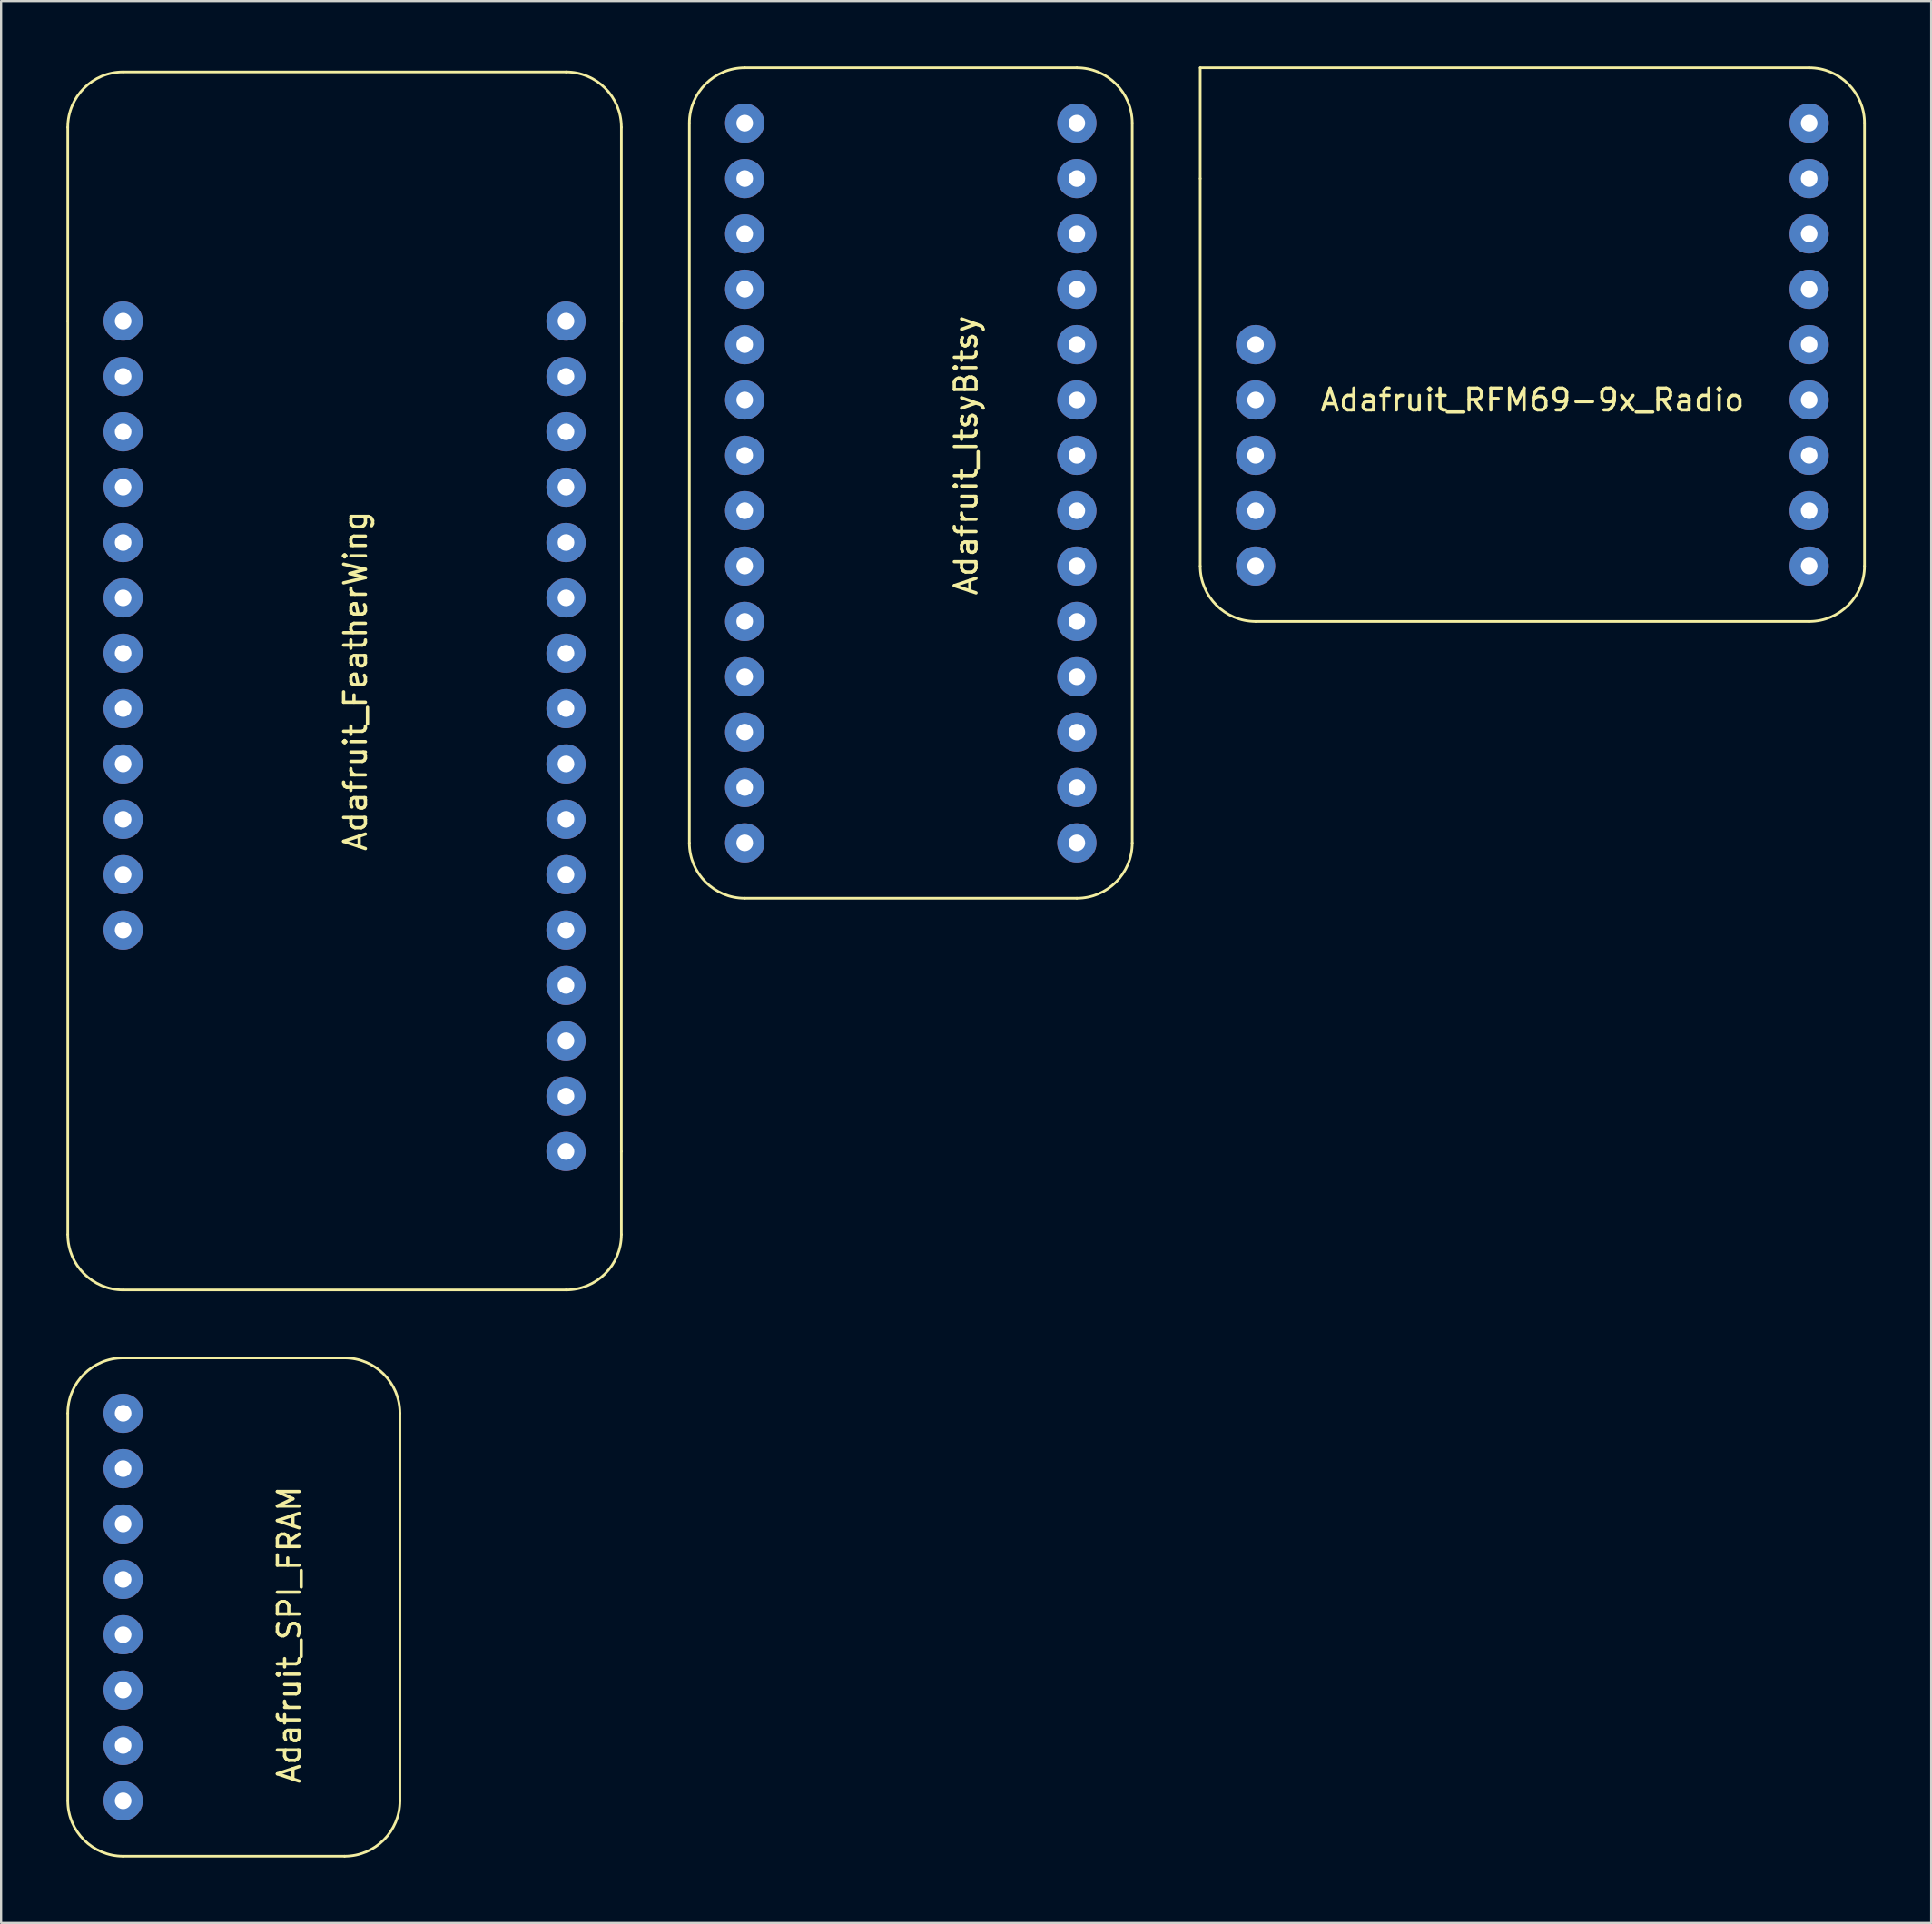
<source format=kicad_pcb>
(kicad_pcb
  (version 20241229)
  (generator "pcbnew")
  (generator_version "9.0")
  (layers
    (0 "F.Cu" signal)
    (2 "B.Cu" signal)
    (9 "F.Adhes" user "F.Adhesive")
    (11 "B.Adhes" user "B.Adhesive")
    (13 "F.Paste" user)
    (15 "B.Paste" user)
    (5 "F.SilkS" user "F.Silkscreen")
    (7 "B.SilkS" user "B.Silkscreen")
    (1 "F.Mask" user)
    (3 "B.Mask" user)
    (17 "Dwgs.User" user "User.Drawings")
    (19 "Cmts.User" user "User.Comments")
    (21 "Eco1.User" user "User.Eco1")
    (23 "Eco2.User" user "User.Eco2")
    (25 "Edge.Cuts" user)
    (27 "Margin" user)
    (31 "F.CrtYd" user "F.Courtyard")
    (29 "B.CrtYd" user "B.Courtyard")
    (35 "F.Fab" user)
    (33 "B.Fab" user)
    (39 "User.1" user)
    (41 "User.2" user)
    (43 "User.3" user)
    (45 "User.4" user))
  (footprint "Adafruit_RFM69-9x_Radio"
    (layer "F.Cu")
    (at 64.72 12.76)
    (property "Reference" "Adafruit_RFM69-9x_Radio" (at 2.54 2.54 0) (layer "F.SilkS") (effects (font (size 1 1) (thickness 0.15))))
    (attr through_hole)
    (fp_line (start -12.7 -12.7) (end 15.24 -12.7) (stroke (width 0.12) (type solid)) (layer "F.SilkS"))
    (fp_line (start -12.7 -7.62) (end -12.7 -12.7) (stroke (width 0.12) (type solid)) (layer "F.SilkS"))
    (fp_line (start -12.7 -7.62) (end -12.7 10.16) (stroke (width 0.12) (type solid)) (layer "F.SilkS"))
    (fp_line (start -10.16 12.7) (end 15.24 12.7) (stroke (width 0.12) (type solid)) (layer "F.SilkS"))
    (fp_line (start 17.78 10.16) (end 17.78 -10.16) (stroke (width 0.12) (type solid)) (layer "F.SilkS"))
    (fp_arc (start -10.16 12.7) (mid -11.956051 11.956051) (end -12.7 10.16) (stroke (width 0.12) (type solid)) (layer "F.SilkS"))
    (fp_arc (start 15.24 -12.7) (mid 17.036051 -11.956051) (end 17.78 -10.16) (stroke (width 0.12) (type solid)) (layer "F.SilkS"))
    (fp_arc (start 17.78 10.16) (mid 17.036051 11.956051) (end 15.24 12.7) (stroke (width 0.12) (type solid)) (layer "F.SilkS"))
    (pad "1" thru_hole circle (at -10.16 0) (size 1.8 1.8) (drill 0.762) (layers "*.Cu" "*.Mask"))
    (pad "2" thru_hole circle (at -10.16 2.54) (size 1.8 1.8) (drill 0.762) (layers "*.Cu" "*.Mask"))
    (pad "3" thru_hole circle (at -10.16 5.08) (size 1.8 1.8) (drill 0.762) (layers "*.Cu" "*.Mask"))
    (pad "4" thru_hole circle (at -10.16 7.62) (size 1.8 1.8) (drill 0.762) (layers "*.Cu" "*.Mask"))
    (pad "5" thru_hole circle (at -10.16 10.16) (size 1.8 1.8) (drill 0.762) (layers "*.Cu" "*.Mask"))
    (pad "6" thru_hole circle (at 15.24 10.16) (size 1.8 1.8) (drill 0.762) (layers "*.Cu" "*.Mask"))
    (pad "7" thru_hole circle (at 15.24 7.62) (size 1.8 1.8) (drill 0.762) (layers "*.Cu" "*.Mask"))
    (pad "8" thru_hole circle (at 15.24 5.08) (size 1.8 1.8) (drill 0.762) (layers "*.Cu" "*.Mask"))
    (pad "9" thru_hole circle (at 15.24 2.54) (size 1.8 1.8) (drill 0.762) (layers "*.Cu" "*.Mask"))
    (pad "10" thru_hole circle (at 15.24 0) (size 1.8 1.8) (drill 0.762) (layers "*.Cu" "*.Mask"))
    (pad "11" thru_hole circle (at 15.24 -2.54) (size 1.8 1.8) (drill 0.762) (layers "*.Cu" "*.Mask"))
    (pad "12" thru_hole circle (at 15.24 -5.08) (size 1.8 1.8) (drill 0.762) (layers "*.Cu" "*.Mask"))
    (pad "13" thru_hole circle (at 15.24 -7.62) (size 1.8 1.8) (drill 0.762) (layers "*.Cu" "*.Mask"))
    (pad "14" thru_hole circle (at 15.24 -10.16) (size 1.8 1.8) (drill 0.762) (layers "*.Cu" "*.Mask")))
  (footprint "Adafruit_ItsyBitsy"
    (layer "F.Cu")
    (at 38.74 2.6)
    (property "Reference" "Adafruit_ItsyBitsy" (at 2.54 15.24 90) (layer "F.SilkS") (effects (font (size 1 1) (thickness 0.15))))
    (attr through_hole)
    (fp_line (start -10.16 33.02) (end -10.16 0) (stroke (width 0.12) (type solid)) (layer "F.SilkS"))
    (fp_line (start -7.62 -2.54) (end 7.62 -2.54) (stroke (width 0.12) (type solid)) (layer "F.SilkS"))
    (fp_line (start 7.62 35.56) (end -7.62 35.56) (stroke (width 0.12) (type solid)) (layer "F.SilkS"))
    (fp_line (start 10.16 0) (end 10.16 33.02) (stroke (width 0.12) (type solid)) (layer "F.SilkS"))
    (fp_arc (start -10.16 0) (mid -9.416051 -1.796051) (end -7.62 -2.54) (stroke (width 0.12) (type solid)) (layer "F.SilkS"))
    (fp_arc (start -7.62 35.56) (mid -9.416051 34.816051) (end -10.16 33.02) (stroke (width 0.12) (type solid)) (layer "F.SilkS"))
    (fp_arc (start 7.62 -2.54) (mid 9.416051 -1.796051) (end 10.16 0) (stroke (width 0.12) (type solid)) (layer "F.SilkS"))
    (fp_arc (start 10.16 33.02) (mid 9.416051 34.816051) (end 7.62 35.56) (stroke (width 0.12) (type solid)) (layer "F.SilkS"))
    (pad "1" thru_hole circle (at -7.62 0) (size 1.8 1.8) (drill 0.762) (layers "*.Cu" "*.Mask"))
    (pad "2" thru_hole circle (at -7.62 2.54) (size 1.8 1.8) (drill 0.762) (layers "*.Cu" "*.Mask"))
    (pad "3" thru_hole circle (at -7.62 5.08) (size 1.8 1.8) (drill 0.762) (layers "*.Cu" "*.Mask"))
    (pad "4" thru_hole circle (at -7.62 7.62) (size 1.8 1.8) (drill 0.762) (layers "*.Cu" "*.Mask"))
    (pad "5" thru_hole circle (at -7.62 10.16) (size 1.8 1.8) (drill 0.762) (layers "*.Cu" "*.Mask"))
    (pad "6" thru_hole circle (at -7.62 12.7) (size 1.8 1.8) (drill 0.762) (layers "*.Cu" "*.Mask"))
    (pad "7" thru_hole circle (at -7.62 15.24) (size 1.8 1.8) (drill 0.762) (layers "*.Cu" "*.Mask"))
    (pad "8" thru_hole circle (at -7.62 17.78) (size 1.8 1.8) (drill 0.762) (layers "*.Cu" "*.Mask"))
    (pad "9" thru_hole circle (at -7.62 20.32) (size 1.8 1.8) (drill 0.762) (layers "*.Cu" "*.Mask"))
    (pad "10" thru_hole circle (at -7.62 22.86) (size 1.8 1.8) (drill 0.762) (layers "*.Cu" "*.Mask"))
    (pad "11" thru_hole circle (at -7.62 25.4) (size 1.8 1.8) (drill 0.762) (layers "*.Cu" "*.Mask"))
    (pad "12" thru_hole circle (at -7.62 27.94) (size 1.8 1.8) (drill 0.762) (layers "*.Cu" "*.Mask"))
    (pad "13" thru_hole circle (at -7.62 30.48) (size 1.8 1.8) (drill 0.762) (layers "*.Cu" "*.Mask"))
    (pad "14" thru_hole circle (at -7.62 33.02) (size 1.8 1.8) (drill 0.762) (layers "*.Cu" "*.Mask"))
    (pad "20" thru_hole circle (at 7.62 33.02) (size 1.8 1.8) (drill 0.762) (layers "*.Cu" "*.Mask"))
    (pad "21" thru_hole circle (at 7.62 30.48) (size 1.8 1.8) (drill 0.762) (layers "*.Cu" "*.Mask"))
    (pad "22" thru_hole circle (at 7.62 27.94) (size 1.8 1.8) (drill 0.762) (layers "*.Cu" "*.Mask"))
    (pad "23" thru_hole circle (at 7.62 25.4) (size 1.8 1.8) (drill 0.762) (layers "*.Cu" "*.Mask"))
    (pad "24" thru_hole circle (at 7.62 22.86) (size 1.8 1.8) (drill 0.762) (layers "*.Cu" "*.Mask"))
    (pad "25" thru_hole circle (at 7.62 20.32) (size 1.8 1.8) (drill 0.762) (layers "*.Cu" "*.Mask"))
    (pad "26" thru_hole circle (at 7.62 17.78) (size 1.8 1.8) (drill 0.762) (layers "*.Cu" "*.Mask"))
    (pad "27" thru_hole circle (at 7.62 15.24) (size 1.8 1.8) (drill 0.762) (layers "*.Cu" "*.Mask"))
    (pad "28" thru_hole circle (at 7.62 12.7) (size 1.8 1.8) (drill 0.762) (layers "*.Cu" "*.Mask"))
    (pad "29" thru_hole circle (at 7.62 10.16) (size 1.8 1.8) (drill 0.762) (layers "*.Cu" "*.Mask"))
    (pad "30" thru_hole circle (at 7.62 7.62) (size 1.8 1.8) (drill 0.762) (layers "*.Cu" "*.Mask"))
    (pad "31" thru_hole circle (at 7.62 5.08) (size 1.8 1.8) (drill 0.762) (layers "*.Cu" "*.Mask"))
    (pad "32" thru_hole circle (at 7.62 2.54) (size 1.8 1.8) (drill 0.762) (layers "*.Cu" "*.Mask"))
    (pad "33" thru_hole circle (at 7.62 0) (size 1.8 1.8) (drill 0.762) (layers "*.Cu" "*.Mask")))
  (footprint "Adafruit_FeatherWing"
    (layer "F.Cu")
    (at 12.76 0.25)
    (property "Reference" "Adafruit_FeatherWing" (at 0.5 27.94 90) (layer "F.SilkS") (effects (font (size 1 1) (thickness 0.15))))
    (attr through_hole)
    (fp_line (start -12.7 11.43) (end -12.7 2.54) (stroke (width 0.12) (type solid)) (layer "F.SilkS"))
    (fp_line (start -12.7 53.34) (end -12.7 11.43) (stroke (width 0.12) (type solid)) (layer "F.SilkS"))
    (fp_line (start -10.16 0) (end 10.16 0) (stroke (width 0.12) (type solid)) (layer "F.SilkS"))
    (fp_line (start 10.16 55.88) (end -10.16 55.88) (stroke (width 0.12) (type solid)) (layer "F.SilkS"))
    (fp_line (start 12.7 11.43) (end 12.7 2.54) (stroke (width 0.12) (type solid)) (layer "F.SilkS"))
    (fp_line (start 12.7 11.43) (end 12.7 49.53) (stroke (width 0.12) (type solid)) (layer "F.SilkS"))
    (fp_line (start 12.7 49.53) (end 12.7 53.34) (stroke (width 0.12) (type solid)) (layer "F.SilkS"))
    (fp_arc (start -12.7 2.54) (mid -11.956051 0.743949) (end -10.16 0) (stroke (width 0.12) (type solid)) (layer "F.SilkS"))
    (fp_arc (start -10.16 55.88) (mid -11.956051 55.136051) (end -12.7 53.34) (stroke (width 0.12) (type solid)) (layer "F.SilkS"))
    (fp_arc (start 10.16 0) (mid 11.956051 0.743949) (end 12.7 2.54) (stroke (width 0.12) (type solid)) (layer "F.SilkS"))
    (fp_arc (start 12.7 53.34) (mid 11.956051 55.136051) (end 10.16 55.88) (stroke (width 0.12) (type solid)) (layer "F.SilkS"))
    (pad "1" thru_hole circle (at -10.16 11.43) (size 1.8 1.8) (drill 0.762) (layers "*.Cu" "*.Mask"))
    (pad "2" thru_hole circle (at -10.16 13.97) (size 1.8 1.8) (drill 0.762) (layers "*.Cu" "*.Mask"))
    (pad "3" thru_hole circle (at -10.16 16.51) (size 1.8 1.8) (drill 0.762) (layers "*.Cu" "*.Mask"))
    (pad "4" thru_hole circle (at -10.16 19.05) (size 1.8 1.8) (drill 0.762) (layers "*.Cu" "*.Mask"))
    (pad "5" thru_hole circle (at -10.16 21.59) (size 1.8 1.8) (drill 0.762) (layers "*.Cu" "*.Mask"))
    (pad "6" thru_hole circle (at -10.16 24.13) (size 1.8 1.8) (drill 0.762) (layers "*.Cu" "*.Mask"))
    (pad "7" thru_hole circle (at -10.16 26.67) (size 1.8 1.8) (drill 0.762) (layers "*.Cu" "*.Mask"))
    (pad "8" thru_hole circle (at -10.16 29.21) (size 1.8 1.8) (drill 0.762) (layers "*.Cu" "*.Mask"))
    (pad "9" thru_hole circle (at -10.16 31.75) (size 1.8 1.8) (drill 0.762) (layers "*.Cu" "*.Mask"))
    (pad "10" thru_hole circle (at -10.16 34.29) (size 1.8 1.8) (drill 0.762) (layers "*.Cu" "*.Mask"))
    (pad "11" thru_hole circle (at -10.16 36.83) (size 1.8 1.8) (drill 0.762) (layers "*.Cu" "*.Mask"))
    (pad "12" thru_hole circle (at -10.16 39.37) (size 1.8 1.8) (drill 0.762) (layers "*.Cu" "*.Mask"))
    (pad "13" thru_hole circle (at 10.16 49.53) (size 1.8 1.8) (drill 0.762) (layers "*.Cu" "*.Mask"))
    (pad "14" thru_hole circle (at 10.16 46.99) (size 1.8 1.8) (drill 0.762) (layers "*.Cu" "*.Mask"))
    (pad "15" thru_hole circle (at 10.16 44.45) (size 1.8 1.8) (drill 0.762) (layers "*.Cu" "*.Mask"))
    (pad "16" thru_hole circle (at 10.16 41.91) (size 1.8 1.8) (drill 0.762) (layers "*.Cu" "*.Mask"))
    (pad "17" thru_hole circle (at 10.16 39.37) (size 1.8 1.8) (drill 0.762) (layers "*.Cu" "*.Mask"))
    (pad "18" thru_hole circle (at 10.16 36.83) (size 1.8 1.8) (drill 0.762) (layers "*.Cu" "*.Mask"))
    (pad "19" thru_hole circle (at 10.16 34.29) (size 1.8 1.8) (drill 0.762) (layers "*.Cu" "*.Mask"))
    (pad "20" thru_hole circle (at 10.16 31.75) (size 1.8 1.8) (drill 0.762) (layers "*.Cu" "*.Mask"))
    (pad "21" thru_hole circle (at 10.16 29.21) (size 1.8 1.8) (drill 0.762) (layers "*.Cu" "*.Mask"))
    (pad "22" thru_hole circle (at 10.16 26.67) (size 1.8 1.8) (drill 0.762) (layers "*.Cu" "*.Mask"))
    (pad "23" thru_hole circle (at 10.16 24.13) (size 1.8 1.8) (drill 0.762) (layers "*.Cu" "*.Mask"))
    (pad "24" thru_hole circle (at 10.16 21.59) (size 1.8 1.8) (drill 0.762) (layers "*.Cu" "*.Mask"))
    (pad "25" thru_hole circle (at 10.16 19.05) (size 1.8 1.8) (drill 0.762) (layers "*.Cu" "*.Mask"))
    (pad "26" thru_hole circle (at 10.16 16.51) (size 1.8 1.8) (drill 0.762) (layers "*.Cu" "*.Mask"))
    (pad "27" thru_hole circle (at 10.16 13.97) (size 1.8 1.8) (drill 0.762) (layers "*.Cu" "*.Mask"))
    (pad "28" thru_hole circle (at 10.16 11.43) (size 1.8 1.8) (drill 0.762) (layers "*.Cu" "*.Mask")))
  (footprint "Adafruit_SPI_FRAM"
    (layer "F.Cu")
    (at 2.6 61.79)
    (property "Reference" "Adafruit_SPI_FRAM" (at 7.62 10.16 90) (layer "F.SilkS") (effects (font (size 1 1) (thickness 0.15))))
    (attr through_hole)
    (fp_line (start -2.54 17.78) (end -2.54 0) (stroke (width 0.12) (type solid)) (layer "F.SilkS"))
    (fp_line (start 0 -2.54) (end 10.16 -2.54) (stroke (width 0.12) (type solid)) (layer "F.SilkS"))
    (fp_line (start 10.16 20.32) (end 0 20.32) (stroke (width 0.12) (type solid)) (layer "F.SilkS"))
    (fp_line (start 12.7 0) (end 12.7 17.78) (stroke (width 0.12) (type solid)) (layer "F.SilkS"))
    (fp_arc (start -2.54 0) (mid -1.796051 -1.796051) (end 0 -2.54) (stroke (width 0.12) (type solid)) (layer "F.SilkS"))
    (fp_arc (start 0 20.32) (mid -1.796051 19.576051) (end -2.54 17.78) (stroke (width 0.12) (type solid)) (layer "F.SilkS"))
    (fp_arc (start 10.16 -2.54) (mid 11.956051 -1.796051) (end 12.7 0) (stroke (width 0.12) (type solid)) (layer "F.SilkS"))
    (fp_arc (start 12.7 17.78) (mid 11.956051 19.576051) (end 10.16 20.32) (stroke (width 0.12) (type solid)) (layer "F.SilkS"))
    (pad "1" thru_hole circle (at 0 0) (size 1.8 1.8) (drill 0.762) (layers "*.Cu" "*.Mask"))
    (pad "2" thru_hole circle (at 0 2.54) (size 1.8 1.8) (drill 0.762) (layers "*.Cu" "*.Mask"))
    (pad "3" thru_hole circle (at 0 5.08) (size 1.8 1.8) (drill 0.762) (layers "*.Cu" "*.Mask"))
    (pad "4" thru_hole circle (at 0 7.62) (size 1.8 1.8) (drill 0.762) (layers "*.Cu" "*.Mask"))
    (pad "5" thru_hole circle (at 0 10.16) (size 1.8 1.8) (drill 0.762) (layers "*.Cu" "*.Mask"))
    (pad "6" thru_hole circle (at 0 12.7) (size 1.8 1.8) (drill 0.762) (layers "*.Cu" "*.Mask"))
    (pad "7" thru_hole circle (at 0 15.24) (size 1.8 1.8) (drill 0.762) (layers "*.Cu" "*.Mask"))
    (pad "8" thru_hole circle (at 0 17.78) (size 1.8 1.8) (drill 0.762) (layers "*.Cu" "*.Mask")))
  (gr_rect
    (start -3 -3)
    (end 85.56 85.17)
    (stroke (width 0.1) (type default))
    (fill no)
    (layer "Edge.Cuts")))
</source>
